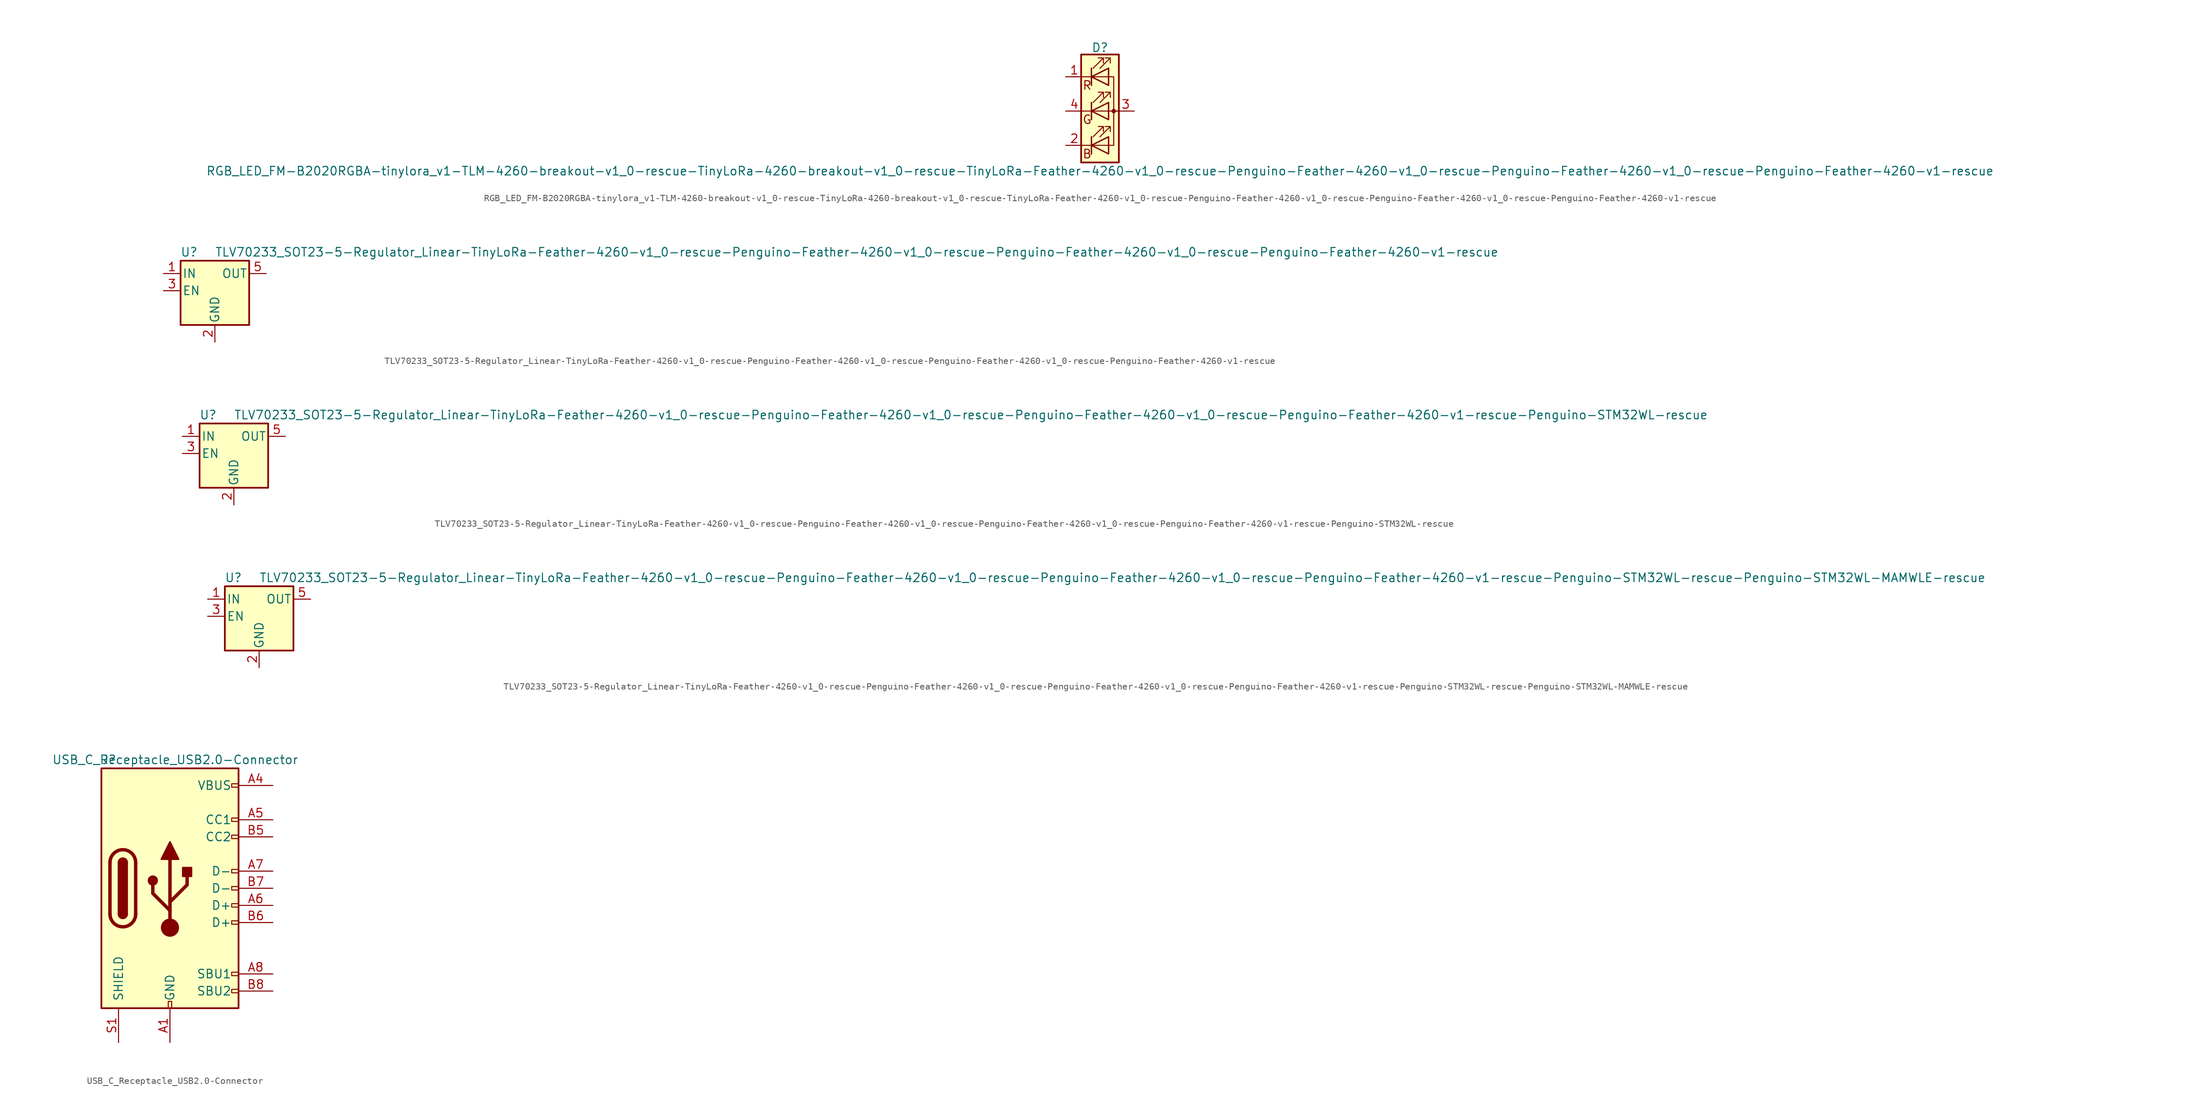
<source format=kicad_sym>
(kicad_symbol_lib
  (version 20220914)
  (generator kicad_symbol_editor)
  (symbol "RGB_LED_FM-B2020RGBA-tinylora_v1-TLM-4260-breakout-v1_0-rescue-TinyLoRa-4260-breakout-v1_0-rescue-TinyLoRa-Feather-4260-v1_0-rescue-Penguino-Feather-4260-v1_0-rescue-Penguino-Feather-4260-v1_0-rescue-Penguino-Feather-4260-v1-rescue"
    (pin_names
      (offset 0) hide)
    (property "Reference" "D"
      (at 0 9.398 0)
      (effects (font (size 1.27 1.27))))
    (property "Value" "RGB_LED_FM-B2020RGBA-tinylora_v1-TLM-4260-breakout-v1_0-rescue-TinyLoRa-4260-breakout-v1_0-rescue-TinyLoRa-Feather-4260-v1_0-rescue-Penguino-Feather-4260-v1_0-rescue-Penguino-Feather-4260-v1_0-rescue-Penguino-Feather-4260-v1-rescue"
      (at 0 -8.89 0)
      (effects (font (size 1.27 1.27))))
    (symbol "RGB_LED_FM-B2020RGBA-tinylora_v1-TLM-4260-breakout-v1_0-rescue-TinyLoRa-4260-breakout-v1_0-rescue-TinyLoRa-Feather-4260-v1_0-rescue-Penguino-Feather-4260-v1_0-rescue-Penguino-Feather-4260-v1_0-rescue-Penguino-Feather-4260-v1-rescue_0_0"
      (text "B" (at -1.905 -6.35 0) (effects (font (size 1.27 1.27))))
      (text "G" (at -1.905 -1.27 0) (effects (font (size 1.27 1.27))))
      (text "R" (at -1.905 3.81 0) (effects (font (size 1.27 1.27)))))
    (symbol "RGB_LED_FM-B2020RGBA-tinylora_v1-TLM-4260-breakout-v1_0-rescue-TinyLoRa-4260-breakout-v1_0-rescue-TinyLoRa-Feather-4260-v1_0-rescue-Penguino-Feather-4260-v1_0-rescue-Penguino-Feather-4260-v1_0-rescue-Penguino-Feather-4260-v1-rescue_0_1"
      (polyline (pts (xy -1.27 -5.08) (xy -2.54 -5.08)) (stroke (width 0) (type solid)) (fill (type none)))
      (polyline (pts (xy -1.27 -5.08) (xy 1.27 -5.08)) (stroke (width 0) (type solid)) (fill (type none)))
      (polyline (pts (xy -1.27 -3.81) (xy -1.27 -6.35)) (stroke (width 0) (type solid)) (fill (type none)))
      (polyline (pts (xy -1.27 -3.81) (xy -1.27 -6.35)) (stroke (width 0.203) (type solid)) (fill (type none)))
      (polyline (pts (xy -1.27 0) (xy -2.54 0)) (stroke (width 0) (type solid)) (fill (type none)))
      (polyline (pts (xy -1.27 0) (xy 1.27 0)) (stroke (width 0) (type solid)) (fill (type none)))
      (polyline (pts (xy -1.27 1.27) (xy -1.27 -1.27)) (stroke (width 0.203) (type solid)) (fill (type none)))
      (polyline (pts (xy -1.27 5.08) (xy -2.54 5.08)) (stroke (width 0) (type solid)) (fill (type none)))
      (polyline (pts (xy -1.27 6.35) (xy -1.27 3.81)) (stroke (width 0.203) (type solid)) (fill (type none)))
      (polyline (pts (xy 1.27 0) (xy 2.54 0)) (stroke (width 0) (type solid)) (fill (type none)))
      (polyline (pts (xy 1.27 5.08) (xy -1.27 5.08)) (stroke (width 0) (type solid)) (fill (type none)))
      (polyline (pts (xy -1.27 1.27) (xy -1.27 -1.27) (xy -1.27 -1.27)) (stroke (width 0) (type solid)) (fill (type none)))
      (polyline (pts (xy -1.27 6.35) (xy -1.27 3.81) (xy -1.27 3.81)) (stroke (width 0) (type solid)) (fill (type none)))
      (polyline (pts (xy 1.27 -5.08) (xy 2.032 -5.08) (xy 2.032 5.08) (xy 1.27 5.08)) (stroke (width 0) (type solid)) (fill (type none)))
      (polyline (pts (xy 1.27 -3.81) (xy 1.27 -6.35) (xy -1.27 -5.08) (xy 1.27 -3.81)) (stroke (width 0.203) (type solid)) (fill (type none)))
      (polyline (pts (xy 1.27 1.27) (xy 1.27 -1.27) (xy -1.27 0) (xy 1.27 1.27)) (stroke (width 0.203) (type solid)) (fill (type none)))
      (polyline (pts (xy 1.27 6.35) (xy 1.27 3.81) (xy -1.27 5.08) (xy 1.27 6.35)) (stroke (width 0.203) (type solid)) (fill (type none)))
      (polyline (pts (xy -1.016 -3.81) (xy 0.508 -2.286) (xy -0.254 -2.286) (xy 0.508 -2.286) (xy 0.508 -3.048)) (stroke (width 0) (type solid)) (fill (type none)))
      (polyline (pts (xy -1.016 1.27) (xy 0.508 2.794) (xy -0.254 2.794) (xy 0.508 2.794) (xy 0.508 2.032)) (stroke (width 0) (type solid)) (fill (type none)))
      (polyline (pts (xy -1.016 6.35) (xy 0.508 7.874) (xy -0.254 7.874) (xy 0.508 7.874) (xy 0.508 7.112)) (stroke (width 0) (type solid)) (fill (type none)))
      (polyline (pts (xy 0 -3.81) (xy 1.524 -2.286) (xy 0.762 -2.286) (xy 1.524 -2.286) (xy 1.524 -3.048)) (stroke (width 0) (type solid)) (fill (type none)))
      (polyline (pts (xy 0 1.27) (xy 1.524 2.794) (xy 0.762 2.794) (xy 1.524 2.794) (xy 1.524 2.032)) (stroke (width 0) (type solid)) (fill (type none)))
      (polyline (pts (xy 0 6.35) (xy 1.524 7.874) (xy 0.762 7.874) (xy 1.524 7.874) (xy 1.524 7.112)) (stroke (width 0) (type solid)) (fill (type none)))
      (rectangle (start 1.27 -1.27) (end 1.27 1.27) (stroke (width 0) (type solid)) (fill (type none)))
      (rectangle (start 1.27 1.27) (end 1.27 1.27) (stroke (width 0) (type solid)) (fill (type none)))
      (rectangle (start 1.27 3.81) (end 1.27 6.35) (stroke (width 0) (type solid)) (fill (type none)))
      (rectangle (start 1.27 6.35) (end 1.27 6.35) (stroke (width 0) (type solid)) (fill (type none)))
      (circle (center 2.032 0) (radius 0.254) (stroke (width 0) (type solid)) (fill (type outline)))
      (rectangle (start 2.794 8.382) (end -2.794 -7.62) (stroke (width 0.254) (type solid)) (fill (type background))))
    (symbol "RGB_LED_FM-B2020RGBA-tinylora_v1-TLM-4260-breakout-v1_0-rescue-TinyLoRa-4260-breakout-v1_0-rescue-TinyLoRa-Feather-4260-v1_0-rescue-Penguino-Feather-4260-v1_0-rescue-Penguino-Feather-4260-v1_0-rescue-Penguino-Feather-4260-v1-rescue_1_1"
      (pin passive line (at -5.08 5.08 0) (length 2.54) (name "RK" (effects (font (size 1.27 1.27)))) (number "1" (effects (font (size 1.27 1.27)))))
      (pin passive line (at -5.08 -5.08 0) (length 2.54) (name "BK" (effects (font (size 1.27 1.27)))) (number "2" (effects (font (size 1.27 1.27)))))
      (pin passive line (at 5.08 0 180) (length 2.54) (name "A" (effects (font (size 1.27 1.27)))) (number "3" (effects (font (size 1.27 1.27)))))
      (pin passive line (at -5.08 0 0) (length 2.54) (name "GK" (effects (font (size 1.27 1.27)))) (number "4" (effects (font (size 1.27 1.27)))))))
  (symbol "TLV70233_SOT23-5-Regulator_Linear-TinyLoRa-Feather-4260-v1_0-rescue-Penguino-Feather-4260-v1_0-rescue-Penguino-Feather-4260-v1_0-rescue-Penguino-Feather-4260-v1-rescue"
    (pin_names
      (offset 0.254))
    (property "Reference" "U"
      (at -3.81 5.715 0)
      (effects (font (size 1.27 1.27))))
    (property "Value" "TLV70233_SOT23-5-Regulator_Linear-TinyLoRa-Feather-4260-v1_0-rescue-Penguino-Feather-4260-v1_0-rescue-Penguino-Feather-4260-v1_0-rescue-Penguino-Feather-4260-v1-rescue"
      (at 0 5.715 0)
      (effects (font (size 1.27 1.27)) (justify left)))
    (symbol "TLV70233_SOT23-5-Regulator_Linear-TinyLoRa-Feather-4260-v1_0-rescue-Penguino-Feather-4260-v1_0-rescue-Penguino-Feather-4260-v1_0-rescue-Penguino-Feather-4260-v1-rescue_0_1"
      (rectangle (start -5.08 4.445) (end 5.08 -5.08) (stroke (width 0.254) (type solid)) (fill (type background))))
    (symbol "TLV70233_SOT23-5-Regulator_Linear-TinyLoRa-Feather-4260-v1_0-rescue-Penguino-Feather-4260-v1_0-rescue-Penguino-Feather-4260-v1_0-rescue-Penguino-Feather-4260-v1-rescue_1_1"
      (pin power_in line (at -7.62 2.54 0) (length 2.54) (name "IN" (effects (font (size 1.27 1.27)))) (number "1" (effects (font (size 1.27 1.27)))))
      (pin power_in line (at 0 -7.62 90) (length 2.54) (name "GND" (effects (font (size 1.27 1.27)))) (number "2" (effects (font (size 1.27 1.27)))))
      (pin input line (at -7.62 0 0) (length 2.54) (name "EN" (effects (font (size 1.27 1.27)))) (number "3" (effects (font (size 1.27 1.27)))))
      (pin no_connect line (at 7.62 0 180) (length 2.54) hide (name "NC" (effects (font (size 1.27 1.27)))) (number "4" (effects (font (size 1.27 1.27)))))
      (pin power_out line (at 7.62 2.54 180) (length 2.54) (name "OUT" (effects (font (size 1.27 1.27)))) (number "5" (effects (font (size 1.27 1.27)))))))
  (symbol "TLV70233_SOT23-5-Regulator_Linear-TinyLoRa-Feather-4260-v1_0-rescue-Penguino-Feather-4260-v1_0-rescue-Penguino-Feather-4260-v1_0-rescue-Penguino-Feather-4260-v1-rescue-Penguino-STM32WL-rescue"
    (pin_names
      (offset 0.254))
    (property "Reference" "U"
      (at -3.81 5.715 0)
      (effects (font (size 1.27 1.27))))
    (property "Value" "TLV70233_SOT23-5-Regulator_Linear-TinyLoRa-Feather-4260-v1_0-rescue-Penguino-Feather-4260-v1_0-rescue-Penguino-Feather-4260-v1_0-rescue-Penguino-Feather-4260-v1-rescue-Penguino-STM32WL-rescue"
      (at 0 5.715 0)
      (effects (font (size 1.27 1.27)) (justify left)))
    (symbol "TLV70233_SOT23-5-Regulator_Linear-TinyLoRa-Feather-4260-v1_0-rescue-Penguino-Feather-4260-v1_0-rescue-Penguino-Feather-4260-v1_0-rescue-Penguino-Feather-4260-v1-rescue-Penguino-STM32WL-rescue_0_1"
      (rectangle (start -5.08 4.445) (end 5.08 -5.08) (stroke (width 0.254) (type solid)) (fill (type background))))
    (symbol "TLV70233_SOT23-5-Regulator_Linear-TinyLoRa-Feather-4260-v1_0-rescue-Penguino-Feather-4260-v1_0-rescue-Penguino-Feather-4260-v1_0-rescue-Penguino-Feather-4260-v1-rescue-Penguino-STM32WL-rescue_1_1"
      (pin power_in line (at -7.62 2.54 0) (length 2.54) (name "IN" (effects (font (size 1.27 1.27)))) (number "1" (effects (font (size 1.27 1.27)))))
      (pin power_in line (at 0 -7.62 90) (length 2.54) (name "GND" (effects (font (size 1.27 1.27)))) (number "2" (effects (font (size 1.27 1.27)))))
      (pin input line (at -7.62 0 0) (length 2.54) (name "EN" (effects (font (size 1.27 1.27)))) (number "3" (effects (font (size 1.27 1.27)))))
      (pin no_connect line (at 7.62 0 180) (length 2.54) hide (name "NC" (effects (font (size 1.27 1.27)))) (number "4" (effects (font (size 1.27 1.27)))))
      (pin power_out line (at 7.62 2.54 180) (length 2.54) (name "OUT" (effects (font (size 1.27 1.27)))) (number "5" (effects (font (size 1.27 1.27)))))))
  (symbol "TLV70233_SOT23-5-Regulator_Linear-TinyLoRa-Feather-4260-v1_0-rescue-Penguino-Feather-4260-v1_0-rescue-Penguino-Feather-4260-v1_0-rescue-Penguino-Feather-4260-v1-rescue-Penguino-STM32WL-rescue-Penguino-STM32WL-MAMWLE-rescue"
    (pin_names
      (offset 0.254))
    (property "Reference" "U"
      (at -3.81 5.715 0)
      (effects (font (size 1.27 1.27))))
    (property "Value" "TLV70233_SOT23-5-Regulator_Linear-TinyLoRa-Feather-4260-v1_0-rescue-Penguino-Feather-4260-v1_0-rescue-Penguino-Feather-4260-v1_0-rescue-Penguino-Feather-4260-v1-rescue-Penguino-STM32WL-rescue-Penguino-STM32WL-MAMWLE-rescue"
      (at 0 5.715 0)
      (effects (font (size 1.27 1.27)) (justify left)))
    (symbol "TLV70233_SOT23-5-Regulator_Linear-TinyLoRa-Feather-4260-v1_0-rescue-Penguino-Feather-4260-v1_0-rescue-Penguino-Feather-4260-v1_0-rescue-Penguino-Feather-4260-v1-rescue-Penguino-STM32WL-rescue-Penguino-STM32WL-MAMWLE-rescue_0_1"
      (rectangle (start -5.08 4.445) (end 5.08 -5.08) (stroke (width 0.254) (type solid)) (fill (type background))))
    (symbol "TLV70233_SOT23-5-Regulator_Linear-TinyLoRa-Feather-4260-v1_0-rescue-Penguino-Feather-4260-v1_0-rescue-Penguino-Feather-4260-v1_0-rescue-Penguino-Feather-4260-v1-rescue-Penguino-STM32WL-rescue-Penguino-STM32WL-MAMWLE-rescue_1_1"
      (pin power_in line (at -7.62 2.54 0) (length 2.54) (name "IN" (effects (font (size 1.27 1.27)))) (number "1" (effects (font (size 1.27 1.27)))))
      (pin power_in line (at 0 -7.62 90) (length 2.54) (name "GND" (effects (font (size 1.27 1.27)))) (number "2" (effects (font (size 1.27 1.27)))))
      (pin input line (at -7.62 0 0) (length 2.54) (name "EN" (effects (font (size 1.27 1.27)))) (number "3" (effects (font (size 1.27 1.27)))))
      (pin no_connect line (at 7.62 0 180) (length 2.54) hide (name "NC" (effects (font (size 1.27 1.27)))) (number "4" (effects (font (size 1.27 1.27)))))
      (pin power_out line (at 7.62 2.54 180) (length 2.54) (name "OUT" (effects (font (size 1.27 1.27)))) (number "5" (effects (font (size 1.27 1.27)))))))
  (symbol "USB_C_Receptacle_USB2.0-Connector"
    (pin_names
      (offset 1.016))
    (property "Reference" "J"
      (at -10.16 19.05 0)
      (effects (font (size 1.27 1.27)) (justify left)))
    (property "Value" "USB_C_Receptacle_USB2.0-Connector"
      (at 19.05 19.05 0)
      (effects (font (size 1.27 1.27)) (justify right)))
    (symbol "USB_C_Receptacle_USB2.0-Connector_0_0"
      (rectangle (start -0.254 -17.78) (end 0.254 -16.764) (stroke (width 0) (type solid)) (fill (type none)))
      (rectangle (start 10.16 -14.986) (end 9.144 -15.494) (stroke (width 0) (type solid)) (fill (type none)))
      (rectangle (start 10.16 -12.446) (end 9.144 -12.954) (stroke (width 0) (type solid)) (fill (type none)))
      (rectangle (start 10.16 -4.826) (end 9.144 -5.334) (stroke (width 0) (type solid)) (fill (type none)))
      (rectangle (start 10.16 -2.286) (end 9.144 -2.794) (stroke (width 0) (type solid)) (fill (type none)))
      (rectangle (start 10.16 0.254) (end 9.144 -0.254) (stroke (width 0) (type solid)) (fill (type none)))
      (rectangle (start 10.16 2.794) (end 9.144 2.286) (stroke (width 0) (type solid)) (fill (type none)))
      (rectangle (start 10.16 7.874) (end 9.144 7.366) (stroke (width 0) (type solid)) (fill (type none)))
      (rectangle (start 10.16 10.414) (end 9.144 9.906) (stroke (width 0) (type solid)) (fill (type none)))
      (rectangle (start 10.16 15.494) (end 9.144 14.986) (stroke (width 0) (type solid)) (fill (type none))))
    (symbol "USB_C_Receptacle_USB2.0-Connector_0_1"
      (rectangle (start -10.16 17.78) (end 10.16 -17.78) (stroke (width 0.254) (type solid)) (fill (type background)))
      (arc (start -8.89 -3.81) (mid -6.985 -5.7067) (end -5.08 -3.81) (stroke (width 0.508) (type solid)) (fill (type none)))
      (arc (start -7.62 -3.81) (mid -6.985 -4.4423) (end -6.35 -3.81) (stroke (width 0.254) (type solid)) (fill (type none)))
      (arc (start -7.62 -3.81) (mid -6.985 -4.4423) (end -6.35 -3.81) (stroke (width 0.254) (type solid)) (fill (type outline)))
      (rectangle (start -7.62 -3.81) (end -6.35 3.81) (stroke (width 0.254) (type solid)) (fill (type outline)))
      (arc (start -6.35 3.81) (mid -6.985 4.4423) (end -7.62 3.81) (stroke (width 0.254) (type solid)) (fill (type none)))
      (arc (start -6.35 3.81) (mid -6.985 4.4423) (end -7.62 3.81) (stroke (width 0.254) (type solid)) (fill (type outline)))
      (arc (start -5.08 3.81) (mid -6.985 5.7067) (end -8.89 3.81) (stroke (width 0.508) (type solid)) (fill (type none)))
      (circle (center -2.54 1.143) (radius 0.635) (stroke (width 0.254) (type solid)) (fill (type outline)))
      (circle (center 0 -5.842) (radius 1.27) (stroke (width 0) (type solid)) (fill (type outline)))
      (polyline (pts (xy -8.89 -3.81) (xy -8.89 3.81)) (stroke (width 0.508) (type solid)) (fill (type none)))
      (polyline (pts (xy -5.08 3.81) (xy -5.08 -3.81)) (stroke (width 0.508) (type solid)) (fill (type none)))
      (polyline (pts (xy 0 -5.842) (xy 0 4.318)) (stroke (width 0.508) (type solid)) (fill (type none)))
      (polyline (pts (xy 0 -3.302) (xy -2.54 -0.762) (xy -2.54 0.508)) (stroke (width 0.508) (type solid)) (fill (type none)))
      (polyline (pts (xy 0 -2.032) (xy 2.54 0.508) (xy 2.54 1.778)) (stroke (width 0.508) (type solid)) (fill (type none)))
      (polyline (pts (xy -1.27 4.318) (xy 0 6.858) (xy 1.27 4.318) (xy -1.27 4.318)) (stroke (width 0.254) (type solid)) (fill (type outline)))
      (rectangle (start 1.905 1.778) (end 3.175 3.048) (stroke (width 0.254) (type solid)) (fill (type outline))))
    (symbol "USB_C_Receptacle_USB2.0-Connector_1_1"
      (pin power_in line (at 0 -22.86 90) (length 5.08) (name "GND" (effects (font (size 1.27 1.27)))) (number "A1" (effects (font (size 1.27 1.27)))))
      (pin passive line (at 0 -22.86 90) (length 5.08) hide (name "GND" (effects (font (size 1.27 1.27)))) (number "A12" (effects (font (size 1.27 1.27)))))
      (pin power_in line (at 15.24 15.24 180) (length 5.08) (name "VBUS" (effects (font (size 1.27 1.27)))) (number "A4" (effects (font (size 1.27 1.27)))))
      (pin bidirectional line (at 15.24 10.16 180) (length 5.08) (name "CC1" (effects (font (size 1.27 1.27)))) (number "A5" (effects (font (size 1.27 1.27)))))
      (pin bidirectional line (at 15.24 -2.54 180) (length 5.08) (name "D+" (effects (font (size 1.27 1.27)))) (number "A6" (effects (font (size 1.27 1.27)))))
      (pin bidirectional line (at 15.24 2.54 180) (length 5.08) (name "D-" (effects (font (size 1.27 1.27)))) (number "A7" (effects (font (size 1.27 1.27)))))
      (pin bidirectional line (at 15.24 -12.7 180) (length 5.08) (name "SBU1" (effects (font (size 1.27 1.27)))) (number "A8" (effects (font (size 1.27 1.27)))))
      (pin passive line (at 15.24 15.24 180) (length 5.08) hide (name "VBUS" (effects (font (size 1.27 1.27)))) (number "A9" (effects (font (size 1.27 1.27)))))
      (pin passive line (at 0 -22.86 90) (length 5.08) hide (name "GND" (effects (font (size 1.27 1.27)))) (number "B1" (effects (font (size 1.27 1.27)))))
      (pin passive line (at 0 -22.86 90) (length 5.08) hide (name "GND" (effects (font (size 1.27 1.27)))) (number "B12" (effects (font (size 1.27 1.27)))))
      (pin passive line (at 15.24 15.24 180) (length 5.08) hide (name "VBUS" (effects (font (size 1.27 1.27)))) (number "B4" (effects (font (size 1.27 1.27)))))
      (pin bidirectional line (at 15.24 7.62 180) (length 5.08) (name "CC2" (effects (font (size 1.27 1.27)))) (number "B5" (effects (font (size 1.27 1.27)))))
      (pin bidirectional line (at 15.24 -5.08 180) (length 5.08) (name "D+" (effects (font (size 1.27 1.27)))) (number "B6" (effects (font (size 1.27 1.27)))))
      (pin bidirectional line (at 15.24 0 180) (length 5.08) (name "D-" (effects (font (size 1.27 1.27)))) (number "B7" (effects (font (size 1.27 1.27)))))
      (pin bidirectional line (at 15.24 -15.24 180) (length 5.08) (name "SBU2" (effects (font (size 1.27 1.27)))) (number "B8" (effects (font (size 1.27 1.27)))))
      (pin passive line (at 15.24 15.24 180) (length 5.08) hide (name "VBUS" (effects (font (size 1.27 1.27)))) (number "B9" (effects (font (size 1.27 1.27)))))
      (pin passive line (at -7.62 -22.86 90) (length 5.08) (name "SHIELD" (effects (font (size 1.27 1.27)))) (number "S1" (effects (font (size 1.27 1.27))))))))
</source>
